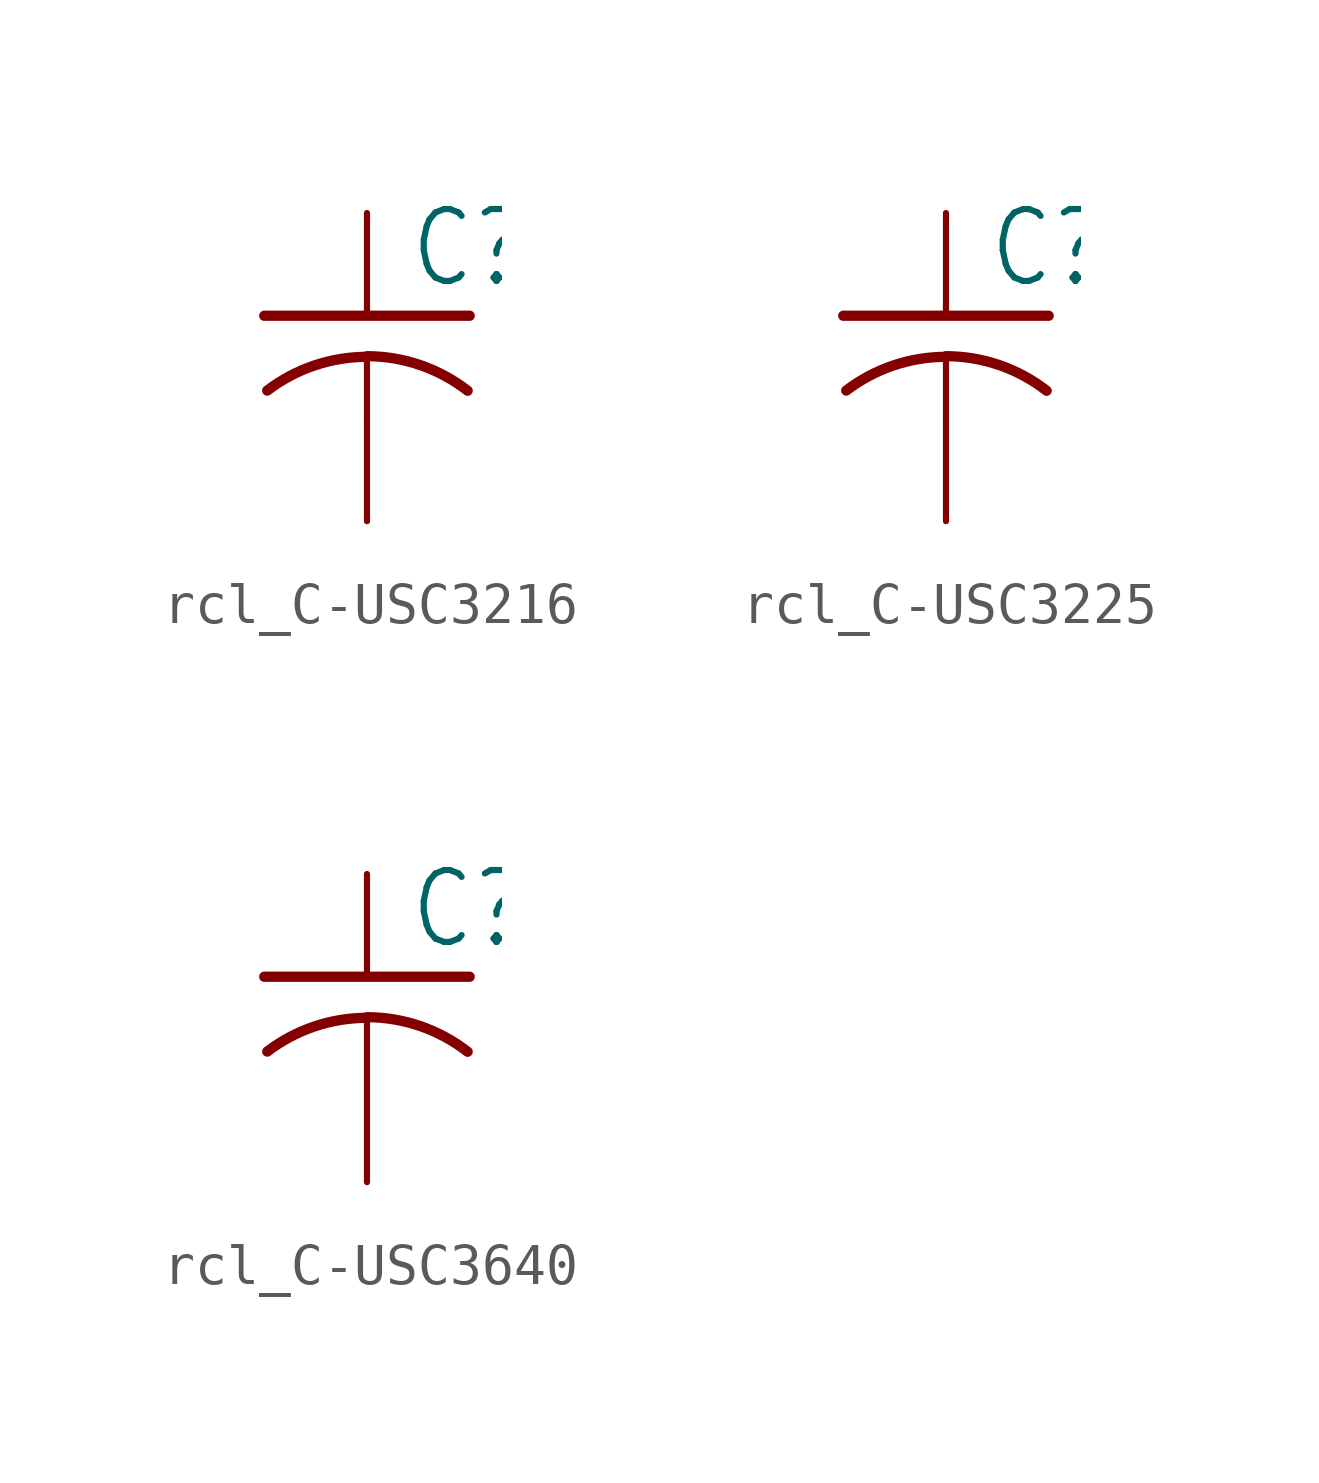
<source format=kicad_sym>
(kicad_symbol_lib
  (version 20241209)
  (generator "kicad_symbol_editor")
  (generator_version "9.0")
  (symbol "rcl_C-USC3216"
    (property "Reference" "C"
      (at 1.016 0.635 0)
      (effects (font (size 1.778 1.511)) (justify left bottom)))
    (property "Value" ""
      (at 1.016 -4.191 0)
      (effects (font (size 1.778 1.511)) (justify left bottom)))
    (property "ki_locked" ""
      (at 0 0 0)
      (effects (font (size 1.27 1.27))))
    (symbol "rcl_C-USC3216_1_0"
      (polyline (pts (xy -2.54 0) (xy 2.54 0)) (stroke (width 0.254) (type solid)) (fill (type none)))
      (polyline (pts (xy 0 -1.016) (xy 0 -2.54)) (stroke (width 0.152) (type solid)) (fill (type none)))
      (arc (start 0 -1) (mid 1.3158 -1.2195) (end 2.4892 -1.8541) (stroke (width 0.254) (type solid)) (fill (type none)))
      (arc (start -2.4668 -1.8504) (mid -1.302 -1.2303) (end 0 -1.0161) (stroke (width 0.254) (type solid)) (fill (type none)))
      (pin passive line (at 0 2.54 270) (length 2.54) (name "1" (effects (font (size 0 0)))) (number "1" (effects (font (size 0 0)))))
      (pin passive line (at 0 -5.08 90) (length 2.54) (name "2" (effects (font (size 0 0)))) (number "2" (effects (font (size 0 0)))))))
  (symbol "rcl_C-USC3225"
    (property "Reference" "C"
      (at 1.016 0.635 0)
      (effects (font (size 1.778 1.511)) (justify left bottom)))
    (property "Value" ""
      (at 1.016 -4.191 0)
      (effects (font (size 1.778 1.511)) (justify left bottom)))
    (property "ki_locked" ""
      (at 0 0 0)
      (effects (font (size 1.27 1.27))))
    (symbol "rcl_C-USC3225_1_0"
      (polyline (pts (xy -2.54 0) (xy 2.54 0)) (stroke (width 0.254) (type solid)) (fill (type none)))
      (polyline (pts (xy 0 -1.016) (xy 0 -2.54)) (stroke (width 0.152) (type solid)) (fill (type none)))
      (arc (start 0 -1) (mid 1.3158 -1.2195) (end 2.4892 -1.8541) (stroke (width 0.254) (type solid)) (fill (type none)))
      (arc (start -2.4668 -1.8504) (mid -1.302 -1.2303) (end 0 -1.0161) (stroke (width 0.254) (type solid)) (fill (type none)))
      (pin passive line (at 0 2.54 270) (length 2.54) (name "1" (effects (font (size 0 0)))) (number "1" (effects (font (size 0 0)))))
      (pin passive line (at 0 -5.08 90) (length 2.54) (name "2" (effects (font (size 0 0)))) (number "2" (effects (font (size 0 0)))))))
  (symbol "rcl_C-USC3640"
    (property "Reference" "C"
      (at 1.016 0.635 0)
      (effects (font (size 1.778 1.511)) (justify left bottom)))
    (property "Value" ""
      (at 1.016 -4.191 0)
      (effects (font (size 1.778 1.511)) (justify left bottom)))
    (property "ki_locked" ""
      (at 0 0 0)
      (effects (font (size 1.27 1.27))))
    (symbol "rcl_C-USC3640_1_0"
      (polyline (pts (xy -2.54 0) (xy 2.54 0)) (stroke (width 0.254) (type solid)) (fill (type none)))
      (polyline (pts (xy 0 -1.016) (xy 0 -2.54)) (stroke (width 0.152) (type solid)) (fill (type none)))
      (arc (start 0 -1) (mid 1.3158 -1.2195) (end 2.4892 -1.8541) (stroke (width 0.254) (type solid)) (fill (type none)))
      (arc (start -2.4668 -1.8504) (mid -1.302 -1.2303) (end 0 -1.0161) (stroke (width 0.254) (type solid)) (fill (type none)))
      (pin passive line (at 0 2.54 270) (length 2.54) (name "1" (effects (font (size 0 0)))) (number "1" (effects (font (size 0 0)))))
      (pin passive line (at 0 -5.08 90) (length 2.54) (name "2" (effects (font (size 0 0)))) (number "2" (effects (font (size 0 0))))))))
</source>
